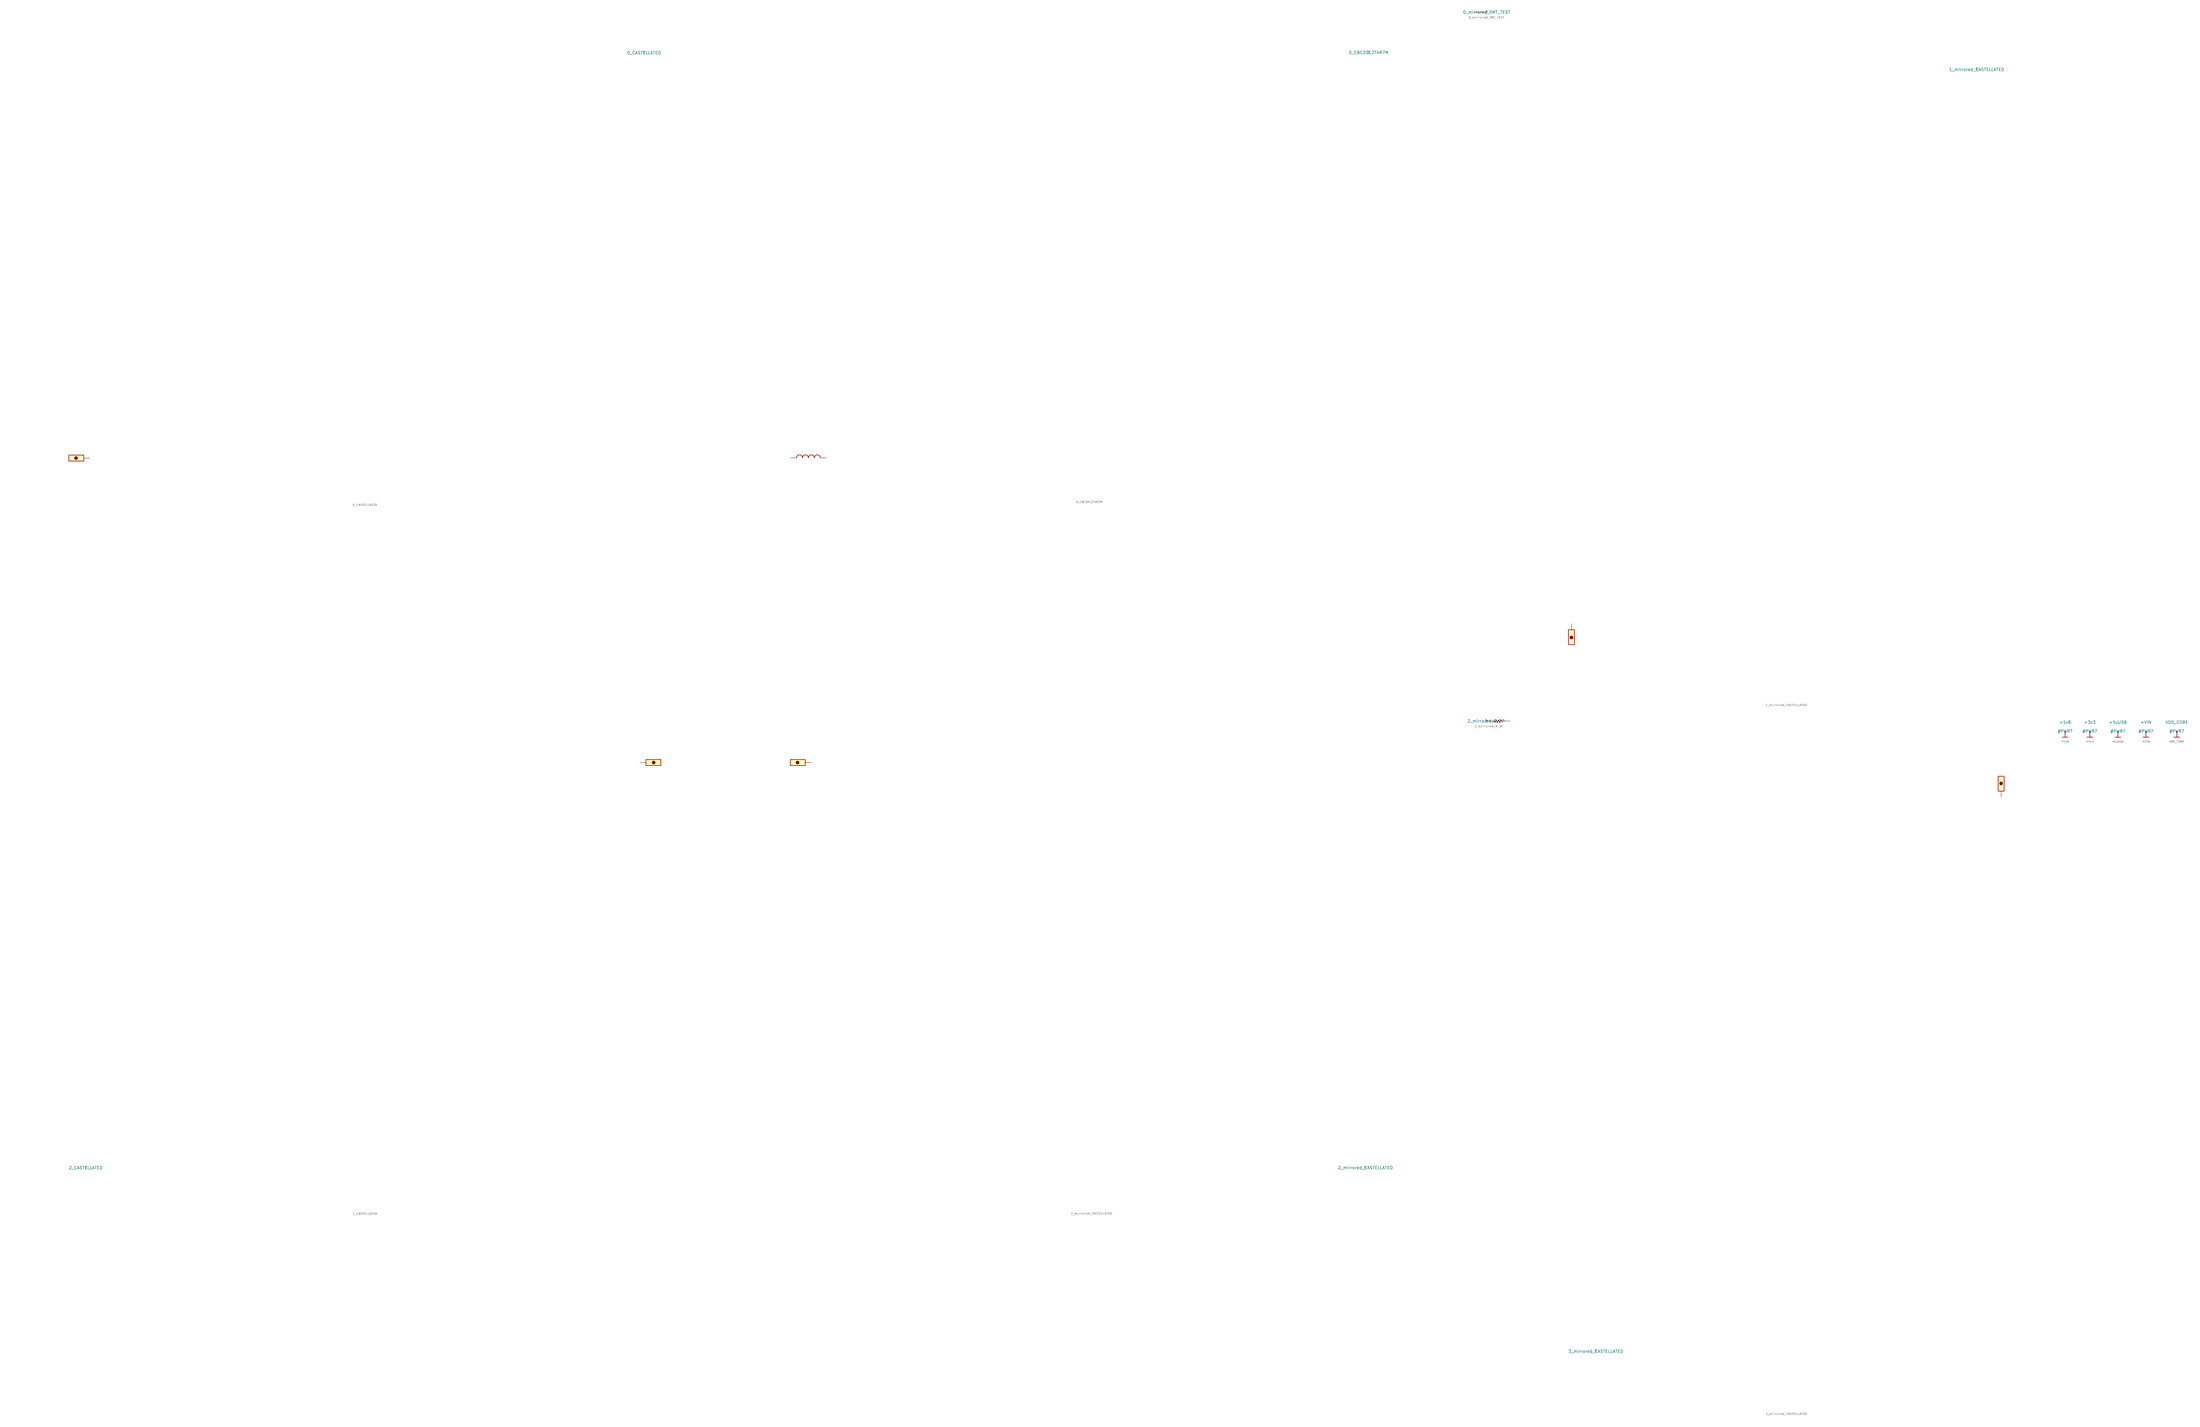
<source format=kicad_sym>
(kicad_symbol_lib
  (version 20211014)
  (generator kicad_symbol_editor)
  (symbol "0_CASTELLATED"
    (property "Reference" ""
      (at 0 0 0)
      (effects (font (size 1.27 1.27))))
    (property "Value" "0_CASTELLATED"
      (at 0 0 0)
      (effects (font (size 1.27 1.27))))
    (symbol "0_CASTELLATED_1_0"
      (circle (center -242.062 -172.72) (radius 0.381) (stroke (width 0.762) (type default) (color 0 0 0 0)) (fill (type none)))
      (rectangle (start -238.76 -171.45) (end -245.11 -173.99) (stroke (width 0.254) (type default) (color 0 0 0 0)) (fill (type background)))
      (pin passive line (at -236.22 -172.72 180) (length 2.54) (name "1" (effects (font (size 0 0)))) (number "1" (effects (font (size 0 0)))))))
  (symbol "0_CBC2012T4R7M"
    (property "Reference" ""
      (at 0 0 0)
      (effects (font (size 1.27 1.27))))
    (property "Value" "0_CBC2012T4R7M"
      (at 0 0 0)
      (effects (font (size 1.27 1.27))))
    (symbol "0_CBC2012T4R7M_1_0"
      (arc (start -242.57 -171.45) (mid -243.468 -171.822) (end -243.84 -172.72) (stroke (width 0.254) (type default) (color 0 0 0 0)) (fill (type none)))
      (arc (start -241.3 -172.72) (mid -241.672 -171.822) (end -242.57 -171.45) (stroke (width 0.254) (type default) (color 0 0 0 0)) (fill (type none)))
      (arc (start -240.03 -171.45) (mid -240.928 -171.822) (end -241.3 -172.72) (stroke (width 0.254) (type default) (color 0 0 0 0)) (fill (type none)))
      (arc (start -238.76 -172.72) (mid -239.132 -171.822) (end -240.03 -171.45) (stroke (width 0.254) (type default) (color 0 0 0 0)) (fill (type none)))
      (arc (start -237.49 -171.45) (mid -238.388 -171.822) (end -238.76 -172.72) (stroke (width 0.254) (type default) (color 0 0 0 0)) (fill (type none)))
      (arc (start -236.22 -172.72) (mid -236.592 -171.822) (end -237.49 -171.45) (stroke (width 0.254) (type default) (color 0 0 0 0)) (fill (type none)))
      (arc (start -234.95 -171.45) (mid -235.848 -171.822) (end -236.22 -172.72) (stroke (width 0.254) (type default) (color 0 0 0 0)) (fill (type none)))
      (arc (start -233.68 -172.72) (mid -234.052 -171.822) (end -234.95 -171.45) (stroke (width 0.254) (type default) (color 0 0 0 0)) (fill (type none)))
      (pin passive line (at -246.38 -172.72 0) (length 2.54) (name "1" (effects (font (size 0 0)))) (number "1" (effects (font (size 0 0)))))
      (pin passive line (at -231.14 -172.72 180) (length 2.54) (name "2" (effects (font (size 0 0)))) (number "2" (effects (font (size 0 0)))))))
  (symbol "0_mirrored_SMT_TEST"
    (property "Reference" ""
      (at 0 0 0)
      (effects (font (size 1.27 1.27))))
    (property "Value" "0_mirrored_SMT_TEST"
      (at 0 0 0)
      (effects (font (size 1.27 1.27))))
    (symbol "0_mirrored_SMT_TEST_1_0"
      (pin passive line (at -5.08 0 0) (length 5.08) (name "1" (effects (font (size 0 0)))) (number "1" (effects (font (size 0 0)))))))
  (symbol "1_mirrored_CASTELLATED"
    (property "Reference" ""
      (at 0 0 0)
      (effects (font (size 1.27 1.27))))
    (property "Value" "1_mirrored_CASTELLATED"
      (at 0 0 0)
      (effects (font (size 1.27 1.27))))
    (symbol "1_mirrored_CASTELLATED_1_0"
      (circle (center -172.72 -242.062) (radius 0.381) (stroke (width 0.762) (type default) (color 0 0 0 0)) (fill (type none)))
      (rectangle (start -171.45 -238.76) (end -173.99 -245.11) (stroke (width 0.254) (type default) (color 0 0 0 0)) (fill (type background)))
      (pin passive line (at -172.72 -236.22 270) (length 2.54) (name "1" (effects (font (size 0 0)))) (number "1" (effects (font (size 0 0)))))))
  (symbol "2_CASTELLATED"
    (property "Reference" ""
      (at 0 0 0)
      (effects (font (size 1.27 1.27))))
    (property "Value" "2_CASTELLATED"
      (at 0 0 0)
      (effects (font (size 1.27 1.27))))
    (symbol "2_CASTELLATED_1_0"
      (circle (center 242.062 172.72) (radius 0.381) (stroke (width 0.762) (type default) (color 0 0 0 0)) (fill (type none)))
      (rectangle (start 245.11 173.99) (end 238.76 171.45) (stroke (width 0.254) (type default) (color 0 0 0 0)) (fill (type background)))
      (pin passive line (at 236.22 172.72 0) (length 2.54) (name "1" (effects (font (size 0 0)))) (number "1" (effects (font (size 0 0)))))))
  (symbol "2_mirrored_CASTELLATED"
    (property "Reference" ""
      (at 0 0 0)
      (effects (font (size 1.27 1.27))))
    (property "Value" "2_mirrored_CASTELLATED"
      (at 0 0 0)
      (effects (font (size 1.27 1.27))))
    (symbol "2_mirrored_CASTELLATED_1_0"
      (circle (center -242.062 172.72) (radius 0.381) (stroke (width 0.762) (type default) (color 0 0 0 0)) (fill (type none)))
      (rectangle (start -238.76 173.99) (end -245.11 171.45) (stroke (width 0.254) (type default) (color 0 0 0 0)) (fill (type background)))
      (pin passive line (at -236.22 172.72 180) (length 2.54) (name "1" (effects (font (size 0 0)))) (number "1" (effects (font (size 0 0)))))))
  (symbol "2_mirrored_R_2P"
    (property "Reference" ""
      (at 0 0 0)
      (effects (font (size 1.27 1.27))))
    (property "Value" "2_mirrored_R_2P"
      (at 0 0 0)
      (effects (font (size 1.27 1.27))))
    (symbol "2_mirrored_R_2P_1_0"
      (polyline (pts (xy 7.62 0) (xy 6.604 0) (xy 6.35 0.508) (xy 5.842 -0.508) (xy 5.334 0.508) (xy 4.826 -0.508) (xy 4.318 0.508) (xy 3.81 -0.508) (xy 3.556 0) (xy 2.54 0)) (stroke (width 0.254) (type default) (color 0 0 0 0)) (fill (type none)))
      (pin passive line (at 0 0 0) (length 2.54) (name "1" (effects (font (size 0 0)))) (number "1" (effects (font (size 0 0)))))
      (pin passive line (at 10.16 0 180) (length 2.54) (name "2" (effects (font (size 0 0)))) (number "2" (effects (font (size 0 0)))))))
  (symbol "3_mirrored_CASTELLATED"
    (property "Reference" ""
      (at 0 0 0)
      (effects (font (size 1.27 1.27))))
    (property "Value" "3_mirrored_CASTELLATED"
      (at 0 0 0)
      (effects (font (size 1.27 1.27))))
    (symbol "3_mirrored_CASTELLATED_1_0"
      (circle (center 172.72 242.062) (radius 0.381) (stroke (width 0.762) (type default) (color 0 0 0 0)) (fill (type none)))
      (rectangle (start 173.99 245.11) (end 171.45 238.76) (stroke (width 0.254) (type default) (color 0 0 0 0)) (fill (type background)))
      (pin passive line (at 172.72 236.22 90) (length 2.54) (name "1" (effects (font (size 0 0)))) (number "1" (effects (font (size 0 0)))))))
  (symbol "+1v8"
    (power)
    (property "Reference" "#PWR"
      (at 0 0 0)
      (effects (font (size 1.27 1.27))))
    (property "Value" "+1v8"
      (at 0 3.81 0)
      (effects (font (size 1.27 1.27))))
    (symbol "+1v8_0_0"
      (polyline (pts (xy -1.27 -2.54) (xy 1.27 -2.54)) (stroke (width 0.254) (type default) (color 0 0 0 0)) (fill (type none)))
      (polyline (pts (xy 0 0) (xy 0 -2.54)) (stroke (width 0.254) (type default) (color 0 0 0 0)) (fill (type none)))
      (pin power_in line (at 0 0 0) (length 0) hide (name "+1v8" (effects (font (size 1.27 1.27)))) (number "" (effects (font (size 1.27 1.27)))))))
  (symbol "+3v3"
    (power)
    (property "Reference" "#PWR"
      (at 0 0 0)
      (effects (font (size 1.27 1.27))))
    (property "Value" "+3v3"
      (at 0 3.81 0)
      (effects (font (size 1.27 1.27))))
    (symbol "+3v3_0_0"
      (polyline (pts (xy -1.27 -2.54) (xy 1.27 -2.54)) (stroke (width 0.254) (type default) (color 0 0 0 0)) (fill (type none)))
      (polyline (pts (xy 0 0) (xy 0 -2.54)) (stroke (width 0.254) (type default) (color 0 0 0 0)) (fill (type none)))
      (pin power_in line (at 0 0 0) (length 0) hide (name "+3v3" (effects (font (size 1.27 1.27)))) (number "" (effects (font (size 1.27 1.27)))))))
  (symbol "+5vUSB"
    (power)
    (property "Reference" "#PWR"
      (at 0 0 0)
      (effects (font (size 1.27 1.27))))
    (property "Value" "+5vUSB"
      (at 0 3.81 0)
      (effects (font (size 1.27 1.27))))
    (symbol "+5vUSB_0_0"
      (polyline (pts (xy -1.27 -2.54) (xy 1.27 -2.54)) (stroke (width 0.254) (type default) (color 0 0 0 0)) (fill (type none)))
      (polyline (pts (xy 0 0) (xy 0 -2.54)) (stroke (width 0.254) (type default) (color 0 0 0 0)) (fill (type none)))
      (pin power_in line (at 0 0 0) (length 0) hide (name "+5vUSB" (effects (font (size 1.27 1.27)))) (number "" (effects (font (size 1.27 1.27)))))))
  (symbol "+VIN"
    (power)
    (property "Reference" "#PWR"
      (at 0 0 0)
      (effects (font (size 1.27 1.27))))
    (property "Value" "+VIN"
      (at 0 3.81 0)
      (effects (font (size 1.27 1.27))))
    (symbol "+VIN_0_0"
      (polyline (pts (xy -1.27 -2.54) (xy 1.27 -2.54)) (stroke (width 0.254) (type default) (color 0 0 0 0)) (fill (type none)))
      (polyline (pts (xy 0 0) (xy 0 -2.54)) (stroke (width 0.254) (type default) (color 0 0 0 0)) (fill (type none)))
      (pin power_in line (at 0 0 0) (length 0) hide (name "+VIN" (effects (font (size 1.27 1.27)))) (number "" (effects (font (size 1.27 1.27)))))))
  (symbol "VDD_CORE"
    (power)
    (property "Reference" "#PWR"
      (at 0 0 0)
      (effects (font (size 1.27 1.27))))
    (property "Value" "VDD_CORE"
      (at 0 3.81 0)
      (effects (font (size 1.27 1.27))))
    (symbol "VDD_CORE_0_0"
      (polyline (pts (xy -1.27 -2.54) (xy 1.27 -2.54)) (stroke (width 0.254) (type default) (color 0 0 0 0)) (fill (type none)))
      (polyline (pts (xy 0 0) (xy 0 -2.54)) (stroke (width 0.254) (type default) (color 0 0 0 0)) (fill (type none)))
      (pin power_in line (at 0 0 0) (length 0) hide (name "VDD_CORE" (effects (font (size 1.27 1.27)))) (number "" (effects (font (size 1.27 1.27))))))))
</source>
